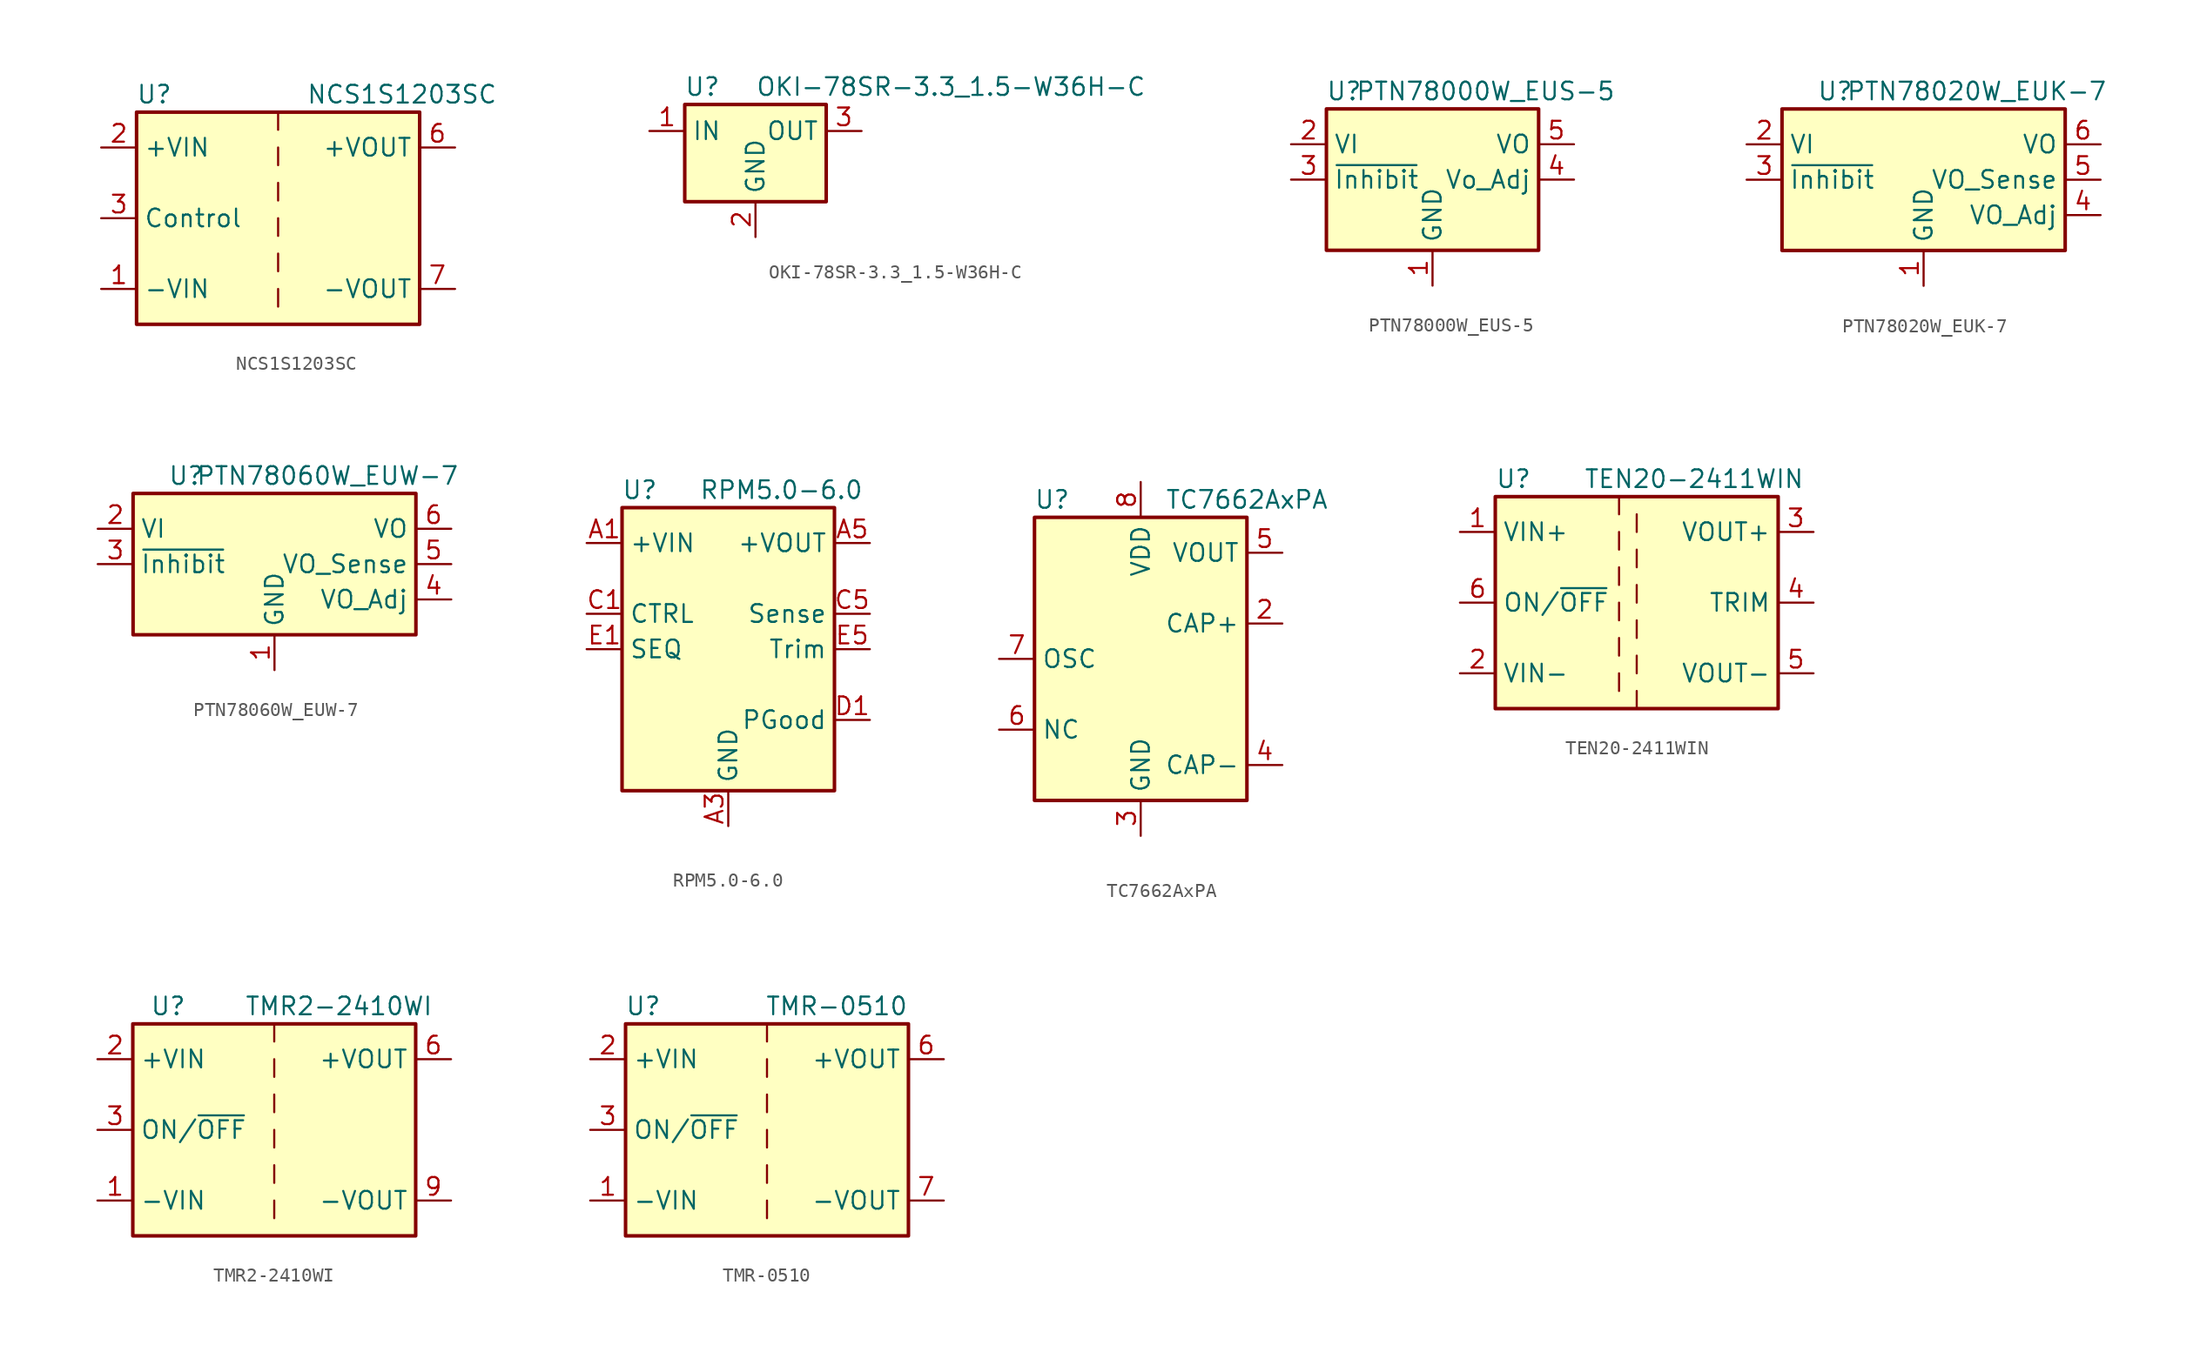
<source format=kicad_sym>
(kicad_symbol_lib
  (version 20201005)
  (generator kicad_symbol_editor)
  (symbol "Converter_DCDC:NCS1S1203SC"
    (property "Reference" "U"
      (at -8.89 8.89 0)
      (effects (font (size 1.27 1.27))))
    (property "Value" "NCS1S1203SC"
      (at 8.89 8.89 0)
      (effects (font (size 1.27 1.27))))
    (symbol "NCS1S1203SC_0_1"
      (rectangle (start -10.16 7.62) (end 10.16 -7.62) (stroke (width 0.254)) (fill (type background)))
      (polyline (pts (xy 0 -5.08) (xy 0 -6.35)) (stroke (width 0)) (fill (type none)))
      (polyline (pts (xy 0 -2.54) (xy 0 -3.81)) (stroke (width 0)) (fill (type none)))
      (polyline (pts (xy 0 0) (xy 0 -1.27)) (stroke (width 0)) (fill (type none)))
      (polyline (pts (xy 0 2.54) (xy 0 1.27)) (stroke (width 0)) (fill (type none)))
      (polyline (pts (xy 0 5.08) (xy 0 3.81)) (stroke (width 0)) (fill (type none)))
      (polyline (pts (xy 0 7.62) (xy 0 6.35)) (stroke (width 0)) (fill (type none))))
    (symbol "NCS1S1203SC_1_1"
      (pin power_in line (at -12.7 -5.08 0) (length 2.54) (name "-VIN" (effects (font (size 1.27 1.27)))) (number "1" (effects (font (size 1.27 1.27)))))
      (pin power_in line (at -12.7 5.08 0) (length 2.54) (name "+VIN" (effects (font (size 1.27 1.27)))) (number "2" (effects (font (size 1.27 1.27)))))
      (pin input line (at -12.7 0 0) (length 2.54) (name "Control" (effects (font (size 1.27 1.27)))) (number "3" (effects (font (size 1.27 1.27)))))
      (pin power_out line (at 12.7 5.08 180) (length 2.54) (name "+VOUT" (effects (font (size 1.27 1.27)))) (number "6" (effects (font (size 1.27 1.27)))))
      (pin power_out line (at 12.7 -5.08 180) (length 2.54) (name "-VOUT" (effects (font (size 1.27 1.27)))) (number "7" (effects (font (size 1.27 1.27)))))))
  (symbol "Converter_DCDC:OKI-78SR-3.3_1.5-W36H-C"
    (property "Reference" "U"
      (at -3.81 3.175 0)
      (effects (font (size 1.27 1.27))))
    (property "Value" "OKI-78SR-3.3_1.5-W36H-C"
      (at 0 3.175 0)
      (effects (font (size 1.27 1.27)) (justify left)))
    (symbol "OKI-78SR-3.3_1.5-W36H-C_0_1"
      (rectangle (start -5.08 1.905) (end 5.08 -5.08) (stroke (width 0.254)) (fill (type background))))
    (symbol "OKI-78SR-3.3_1.5-W36H-C_1_1"
      (pin power_in line (at -7.62 0 0) (length 2.54) (name "IN" (effects (font (size 1.27 1.27)))) (number "1" (effects (font (size 1.27 1.27)))))
      (pin power_in line (at 0 -7.62 90) (length 2.54) (name "GND" (effects (font (size 1.27 1.27)))) (number "2" (effects (font (size 1.27 1.27)))))
      (pin power_out line (at 7.62 0 180) (length 2.54) (name "OUT" (effects (font (size 1.27 1.27)))) (number "3" (effects (font (size 1.27 1.27)))))))
  (symbol "Converter_DCDC:PTN78000W_EUS-5"
    (property "Reference" "U"
      (at -6.35 6.35 0)
      (effects (font (size 1.27 1.27))))
    (property "Value" "PTN78000W_EUS-5"
      (at 3.81 6.35 0)
      (effects (font (size 1.27 1.27))))
    (symbol "PTN78000W_EUS-5_0_1"
      (rectangle (start -7.62 5.08) (end 7.62 -5.08) (stroke (width 0.254)) (fill (type background))))
    (symbol "PTN78000W_EUS-5_1_1"
      (pin power_in line (at 0 -7.62 90) (length 2.54) (name "GND" (effects (font (size 1.27 1.27)))) (number "1" (effects (font (size 1.27 1.27)))))
      (pin power_in line (at -10.16 2.54 0) (length 2.54) (name "VI" (effects (font (size 1.27 1.27)))) (number "2" (effects (font (size 1.27 1.27)))))
      (pin input line (at -10.16 0 0) (length 2.54) (name "~Inhibit" (effects (font (size 1.27 1.27)))) (number "3" (effects (font (size 1.27 1.27)))))
      (pin output line (at 10.16 0 180) (length 2.54) (name "Vo_Adj" (effects (font (size 1.27 1.27)))) (number "4" (effects (font (size 1.27 1.27)))))
      (pin power_out line (at 10.16 2.54 180) (length 2.54) (name "VO" (effects (font (size 1.27 1.27)))) (number "5" (effects (font (size 1.27 1.27)))))))
  (symbol "Converter_DCDC:PTN78020W_EUK-7"
    (property "Reference" "U"
      (at -6.35 6.35 0)
      (effects (font (size 1.27 1.27))))
    (property "Value" "PTN78020W_EUK-7"
      (at 3.81 6.35 0)
      (effects (font (size 1.27 1.27))))
    (symbol "PTN78020W_EUK-7_0_1"
      (rectangle (start -10.16 5.08) (end 10.16 -5.08) (stroke (width 0.254)) (fill (type background))))
    (symbol "PTN78020W_EUK-7_1_1"
      (pin power_in line (at 0 -7.62 90) (length 2.54) (name "GND" (effects (font (size 1.27 1.27)))) (number "1" (effects (font (size 1.27 1.27)))))
      (pin power_in line (at -12.7 2.54 0) (length 2.54) (name "VI" (effects (font (size 1.27 1.27)))) (number "2" (effects (font (size 1.27 1.27)))))
      (pin input line (at -12.7 0 0) (length 2.54) (name "~Inhibit" (effects (font (size 1.27 1.27)))) (number "3" (effects (font (size 1.27 1.27)))))
      (pin input line (at 12.7 -2.54 180) (length 2.54) (name "VO_Adj" (effects (font (size 1.27 1.27)))) (number "4" (effects (font (size 1.27 1.27)))))
      (pin power_out line (at 12.7 0 180) (length 2.54) (name "VO_Sense" (effects (font (size 1.27 1.27)))) (number "5" (effects (font (size 1.27 1.27)))))
      (pin power_out line (at 12.7 2.54 180) (length 2.54) (name "VO" (effects (font (size 1.27 1.27)))) (number "6" (effects (font (size 1.27 1.27)))))
      (pin passive line (at 0 -7.62 90) (length 2.54) hide (name "GND" (effects (font (size 1.27 1.27)))) (number "7" (effects (font (size 1.27 1.27)))))))
  (symbol "Converter_DCDC:PTN78060W_EUW-7"
    (property "Reference" "U"
      (at -6.35 6.35 0)
      (effects (font (size 1.27 1.27))))
    (property "Value" "PTN78060W_EUW-7"
      (at 3.81 6.35 0)
      (effects (font (size 1.27 1.27))))
    (symbol "PTN78060W_EUW-7_0_1"
      (rectangle (start -10.16 5.08) (end 10.16 -5.08) (stroke (width 0.254)) (fill (type background))))
    (symbol "PTN78060W_EUW-7_1_1"
      (pin power_in line (at 0 -7.62 90) (length 2.54) (name "GND" (effects (font (size 1.27 1.27)))) (number "1" (effects (font (size 1.27 1.27)))))
      (pin power_in line (at -12.7 2.54 0) (length 2.54) (name "VI" (effects (font (size 1.27 1.27)))) (number "2" (effects (font (size 1.27 1.27)))))
      (pin input line (at -12.7 0 0) (length 2.54) (name "~Inhibit" (effects (font (size 1.27 1.27)))) (number "3" (effects (font (size 1.27 1.27)))))
      (pin input line (at 12.7 -2.54 180) (length 2.54) (name "VO_Adj" (effects (font (size 1.27 1.27)))) (number "4" (effects (font (size 1.27 1.27)))))
      (pin power_out line (at 12.7 0 180) (length 2.54) (name "VO_Sense" (effects (font (size 1.27 1.27)))) (number "5" (effects (font (size 1.27 1.27)))))
      (pin power_out line (at 12.7 2.54 180) (length 2.54) (name "VO" (effects (font (size 1.27 1.27)))) (number "6" (effects (font (size 1.27 1.27)))))
      (pin passive line (at 0 -7.62 90) (length 2.54) hide (name "GND" (effects (font (size 1.27 1.27)))) (number "7" (effects (font (size 1.27 1.27)))))))
  (symbol "Converter_DCDC:RPM5.0-6.0"
    (property "Reference" "U"
      (at -6.35 11.43 0)
      (effects (font (size 1.27 1.27))))
    (property "Value" "RPM5.0-6.0"
      (at 3.81 11.43 0)
      (effects (font (size 1.27 1.27))))
    (symbol "RPM5.0-6.0_0_1"
      (rectangle (start -7.62 10.16) (end 7.62 -10.16) (stroke (width 0.254)) (fill (type background))))
    (symbol "RPM5.0-6.0_1_1"
      (pin power_in line (at -10.16 7.62 0) (length 2.54) (name "+VIN" (effects (font (size 1.27 1.27)))) (number "A1" (effects (font (size 1.27 1.27)))))
      (pin passive line (at -10.16 7.62 0) (length 2.54) hide (name "+VIN" (effects (font (size 1.27 1.27)))) (number "A2" (effects (font (size 1.27 1.27)))))
      (pin power_in line (at 0 -12.7 90) (length 2.54) (name "GND" (effects (font (size 1.27 1.27)))) (number "A3" (effects (font (size 1.27 1.27)))))
      (pin passive line (at 0 -12.7 90) (length 2.54) hide (name "GND" (effects (font (size 1.27 1.27)))) (number "A4" (effects (font (size 1.27 1.27)))))
      (pin power_out line (at 10.16 7.62 180) (length 2.54) (name "+VOUT" (effects (font (size 1.27 1.27)))) (number "A5" (effects (font (size 1.27 1.27)))))
      (pin passive line (at 0 -12.7 90) (length 2.54) hide (name "GND" (effects (font (size 1.27 1.27)))) (number "B1" (effects (font (size 1.27 1.27)))))
      (pin passive line (at 0 -12.7 90) (length 2.54) hide (name "GND" (effects (font (size 1.27 1.27)))) (number "B2" (effects (font (size 1.27 1.27)))))
      (pin passive line (at 0 -12.7 90) (length 2.54) hide (name "GND" (effects (font (size 1.27 1.27)))) (number "B3" (effects (font (size 1.27 1.27)))))
      (pin passive line (at 0 -12.7 90) (length 2.54) hide (name "GND" (effects (font (size 1.27 1.27)))) (number "B4" (effects (font (size 1.27 1.27)))))
      (pin passive line (at 10.16 7.62 180) (length 2.54) hide (name "+VOUT" (effects (font (size 1.27 1.27)))) (number "B5" (effects (font (size 1.27 1.27)))))
      (pin input line (at -10.16 2.54 0) (length 2.54) (name "CTRL" (effects (font (size 1.27 1.27)))) (number "C1" (effects (font (size 1.27 1.27)))))
      (pin passive line (at 0 -12.7 90) (length 2.54) hide (name "GND" (effects (font (size 1.27 1.27)))) (number "C2" (effects (font (size 1.27 1.27)))))
      (pin passive line (at 0 -12.7 90) (length 2.54) hide (name "GND" (effects (font (size 1.27 1.27)))) (number "C3" (effects (font (size 1.27 1.27)))))
      (pin passive line (at 0 -12.7 90) (length 2.54) hide (name "GND" (effects (font (size 1.27 1.27)))) (number "C4" (effects (font (size 1.27 1.27)))))
      (pin input line (at 10.16 2.54 180) (length 2.54) (name "Sense" (effects (font (size 1.27 1.27)))) (number "C5" (effects (font (size 1.27 1.27)))))
      (pin output line (at 10.16 -5.08 180) (length 2.54) (name "PGood" (effects (font (size 1.27 1.27)))) (number "D1" (effects (font (size 1.27 1.27)))))
      (pin passive line (at 0 -12.7 90) (length 2.54) hide (name "GND" (effects (font (size 1.27 1.27)))) (number "D2" (effects (font (size 1.27 1.27)))))
      (pin passive line (at 0 -12.7 90) (length 2.54) hide (name "GND" (effects (font (size 1.27 1.27)))) (number "D3" (effects (font (size 1.27 1.27)))))
      (pin passive line (at 0 -12.7 90) (length 2.54) hide (name "GND" (effects (font (size 1.27 1.27)))) (number "D4" (effects (font (size 1.27 1.27)))))
      (pin passive line (at 0 -12.7 90) (length 2.54) hide (name "GND" (effects (font (size 1.27 1.27)))) (number "D5" (effects (font (size 1.27 1.27)))))
      (pin passive line (at -10.16 0 0) (length 2.54) (name "SEQ" (effects (font (size 1.27 1.27)))) (number "E1" (effects (font (size 1.27 1.27)))))
      (pin no_connect line (at -7.62 -5.08 0) (length 2.54) hide (name "NC" (effects (font (size 1.27 1.27)))) (number "E2" (effects (font (size 1.27 1.27)))))
      (pin passive line (at 0 -12.7 90) (length 2.54) hide (name "GND" (effects (font (size 1.27 1.27)))) (number "E3" (effects (font (size 1.27 1.27)))))
      (pin passive line (at 0 -12.7 90) (length 2.54) hide (name "GND" (effects (font (size 1.27 1.27)))) (number "E4" (effects (font (size 1.27 1.27)))))
      (pin input line (at 10.16 0 180) (length 2.54) (name "Trim" (effects (font (size 1.27 1.27)))) (number "E5" (effects (font (size 1.27 1.27)))))))
  (symbol "Converter_DCDC:TC7662AxPA"
    (property "Reference" "U"
      (at -6.35 11.43 0)
      (effects (font (size 1.27 1.27))))
    (property "Value" "TC7662AxPA"
      (at 7.62 11.43 0)
      (effects (font (size 1.27 1.27))))
    (symbol "TC7662AxPA_0_1"
      (rectangle (start -7.62 10.16) (end 7.62 -10.16) (stroke (width 0.254)) (fill (type background))))
    (symbol "TC7662AxPA_1_1"
      (pin no_connect line (at -7.62 5.08 0) (length 2.54) hide (name "NC" (effects (font (size 1.27 1.27)))) (number "1" (effects (font (size 1.27 1.27)))))
      (pin passive line (at 10.16 2.54 180) (length 2.54) (name "CAP+" (effects (font (size 1.27 1.27)))) (number "2" (effects (font (size 1.27 1.27)))))
      (pin power_in line (at 0 -12.7 90) (length 2.54) (name "GND" (effects (font (size 1.27 1.27)))) (number "3" (effects (font (size 1.27 1.27)))))
      (pin passive line (at 10.16 -7.62 180) (length 2.54) (name "CAP-" (effects (font (size 1.27 1.27)))) (number "4" (effects (font (size 1.27 1.27)))))
      (pin power_out line (at 10.16 7.62 180) (length 2.54) (name "VOUT" (effects (font (size 1.27 1.27)))) (number "5" (effects (font (size 1.27 1.27)))))
      (pin passive line (at -10.16 -5.08 0) (length 2.54) (name "NC" (effects (font (size 1.27 1.27)))) (number "6" (effects (font (size 1.27 1.27)))))
      (pin passive line (at -10.16 0 0) (length 2.54) (name "OSC" (effects (font (size 1.27 1.27)))) (number "7" (effects (font (size 1.27 1.27)))))
      (pin power_in line (at 0 12.7 270) (length 2.54) (name "VDD" (effects (font (size 1.27 1.27)))) (number "8" (effects (font (size 1.27 1.27)))))))
  (symbol "Converter_DCDC:TEN20-2411WIN"
    (property "Reference" "U"
      (at -10.16 8.89 0)
      (effects (font (size 1.27 1.27)) (justify left)))
    (property "Value" "TEN20-2411WIN"
      (at -3.81 8.89 0)
      (effects (font (size 1.27 1.27)) (justify left)))
    (symbol "TEN20-2411WIN_0_1"
      (rectangle (start -10.16 7.62) (end 10.16 -7.62) (stroke (width 0.254)) (fill (type background)))
      (polyline (pts (xy -1.27 -5.08) (xy -1.27 -6.35)) (stroke (width 0)) (fill (type none)))
      (polyline (pts (xy -1.27 -2.54) (xy -1.27 -3.81)) (stroke (width 0)) (fill (type none)))
      (polyline (pts (xy -1.27 0) (xy -1.27 -1.27)) (stroke (width 0)) (fill (type none)))
      (polyline (pts (xy -1.27 2.54) (xy -1.27 1.27)) (stroke (width 0)) (fill (type none)))
      (polyline (pts (xy -1.27 5.08) (xy -1.27 3.81)) (stroke (width 0)) (fill (type none)))
      (polyline (pts (xy -1.27 7.62) (xy -1.27 6.35)) (stroke (width 0)) (fill (type none)))
      (polyline (pts (xy 0 -7.62) (xy 0 -6.35)) (stroke (width 0)) (fill (type none)))
      (polyline (pts (xy 0 -5.08) (xy 0 -3.81)) (stroke (width 0)) (fill (type none)))
      (polyline (pts (xy 0 -1.27) (xy 0 -2.54)) (stroke (width 0)) (fill (type none)))
      (polyline (pts (xy 0 0) (xy 0 1.27)) (stroke (width 0)) (fill (type none)))
      (polyline (pts (xy 0 2.54) (xy 0 3.81)) (stroke (width 0)) (fill (type none)))
      (polyline (pts (xy 0 5.08) (xy 0 6.35)) (stroke (width 0)) (fill (type none))))
    (symbol "TEN20-2411WIN_1_1"
      (pin power_in line (at -12.7 5.08 0) (length 2.54) (name "VIN+" (effects (font (size 1.27 1.27)))) (number "1" (effects (font (size 1.27 1.27)))))
      (pin power_in line (at -12.7 -5.08 0) (length 2.54) (name "VIN-" (effects (font (size 1.27 1.27)))) (number "2" (effects (font (size 1.27 1.27)))))
      (pin power_out line (at 12.7 5.08 180) (length 2.54) (name "VOUT+" (effects (font (size 1.27 1.27)))) (number "3" (effects (font (size 1.27 1.27)))))
      (pin passive line (at 12.7 0 180) (length 2.54) (name "TRIM" (effects (font (size 1.27 1.27)))) (number "4" (effects (font (size 1.27 1.27)))))
      (pin power_out line (at 12.7 -5.08 180) (length 2.54) (name "VOUT-" (effects (font (size 1.27 1.27)))) (number "5" (effects (font (size 1.27 1.27)))))
      (pin input line (at -12.7 0 0) (length 2.54) (name "ON/~OFF" (effects (font (size 1.27 1.27)))) (number "6" (effects (font (size 1.27 1.27)))))))
  (symbol "Converter_DCDC:TMR2-2410WI"
    (property "Reference" "U"
      (at -7.62 8.89 0)
      (effects (font (size 1.27 1.27))))
    (property "Value" "TMR2-2410WI"
      (at 11.43 8.89 0)
      (effects (font (size 1.27 1.27)) (justify right)))
    (symbol "TMR2-2410WI_0_1"
      (rectangle (start -10.16 7.62) (end 10.16 -7.62) (stroke (width 0.254)) (fill (type background)))
      (polyline (pts (xy 0 -5.08) (xy 0 -6.35)) (stroke (width 0)) (fill (type none)))
      (polyline (pts (xy 0 -2.54) (xy 0 -3.81)) (stroke (width 0)) (fill (type none)))
      (polyline (pts (xy 0 0) (xy 0 -1.27)) (stroke (width 0)) (fill (type none)))
      (polyline (pts (xy 0 2.54) (xy 0 1.27)) (stroke (width 0)) (fill (type none)))
      (polyline (pts (xy 0 5.08) (xy 0 3.81)) (stroke (width 0)) (fill (type none)))
      (polyline (pts (xy 0 7.62) (xy 0 6.35)) (stroke (width 0)) (fill (type none))))
    (symbol "TMR2-2410WI_1_1"
      (pin power_in line (at -12.7 -5.08 0) (length 2.54) (name "-VIN" (effects (font (size 1.27 1.27)))) (number "1" (effects (font (size 1.27 1.27)))))
      (pin power_in line (at -12.7 5.08 0) (length 2.54) (name "+VIN" (effects (font (size 1.27 1.27)))) (number "2" (effects (font (size 1.27 1.27)))))
      (pin input line (at -12.7 0 0) (length 2.54) (name "ON/~OFF" (effects (font (size 1.27 1.27)))) (number "3" (effects (font (size 1.27 1.27)))))
      (pin power_out line (at 12.7 5.08 180) (length 2.54) (name "+VOUT" (effects (font (size 1.27 1.27)))) (number "6" (effects (font (size 1.27 1.27)))))
      (pin no_connect line (at 10.16 2.54 180) (length 2.54) hide (name "NC" (effects (font (size 1.27 1.27)))) (number "7" (effects (font (size 1.27 1.27)))))
      (pin no_connect line (at 10.16 0 180) (length 2.54) hide (name "NC" (effects (font (size 1.27 1.27)))) (number "8" (effects (font (size 1.27 1.27)))))
      (pin power_out line (at 12.7 -5.08 180) (length 2.54) (name "-VOUT" (effects (font (size 1.27 1.27)))) (number "9" (effects (font (size 1.27 1.27)))))))
  (symbol "Converter_DCDC:TMR-0510"
    (property "Reference" "U"
      (at -8.89 8.89 0)
      (effects (font (size 1.27 1.27))))
    (property "Value" "TMR-0510"
      (at 10.16 8.89 0)
      (effects (font (size 1.27 1.27)) (justify right)))
    (symbol "TMR-0510_0_1"
      (rectangle (start -10.16 7.62) (end 10.16 -7.62) (stroke (width 0.254)) (fill (type background)))
      (polyline (pts (xy 0 -5.08) (xy 0 -6.35)) (stroke (width 0)) (fill (type none)))
      (polyline (pts (xy 0 -2.54) (xy 0 -3.81)) (stroke (width 0)) (fill (type none)))
      (polyline (pts (xy 0 0) (xy 0 -1.27)) (stroke (width 0)) (fill (type none)))
      (polyline (pts (xy 0 2.54) (xy 0 1.27)) (stroke (width 0)) (fill (type none)))
      (polyline (pts (xy 0 5.08) (xy 0 3.81)) (stroke (width 0)) (fill (type none)))
      (polyline (pts (xy 0 7.62) (xy 0 6.35)) (stroke (width 0)) (fill (type none))))
    (symbol "TMR-0510_1_1"
      (pin power_in line (at -12.7 -5.08 0) (length 2.54) (name "-VIN" (effects (font (size 1.27 1.27)))) (number "1" (effects (font (size 1.27 1.27)))))
      (pin power_in line (at -12.7 5.08 0) (length 2.54) (name "+VIN" (effects (font (size 1.27 1.27)))) (number "2" (effects (font (size 1.27 1.27)))))
      (pin input line (at -12.7 0 0) (length 2.54) (name "ON/~OFF" (effects (font (size 1.27 1.27)))) (number "3" (effects (font (size 1.27 1.27)))))
      (pin no_connect line (at 10.16 2.54 180) (length 2.54) hide (name "NC" (effects (font (size 1.27 1.27)))) (number "5" (effects (font (size 1.27 1.27)))))
      (pin power_out line (at 12.7 5.08 180) (length 2.54) (name "+VOUT" (effects (font (size 1.27 1.27)))) (number "6" (effects (font (size 1.27 1.27)))))
      (pin power_out line (at 12.7 -5.08 180) (length 2.54) (name "-VOUT" (effects (font (size 1.27 1.27)))) (number "7" (effects (font (size 1.27 1.27)))))
      (pin no_connect line (at 10.16 0 180) (length 2.54) hide (name "NC" (effects (font (size 1.27 1.27)))) (number "8" (effects (font (size 1.27 1.27))))))))
</source>
